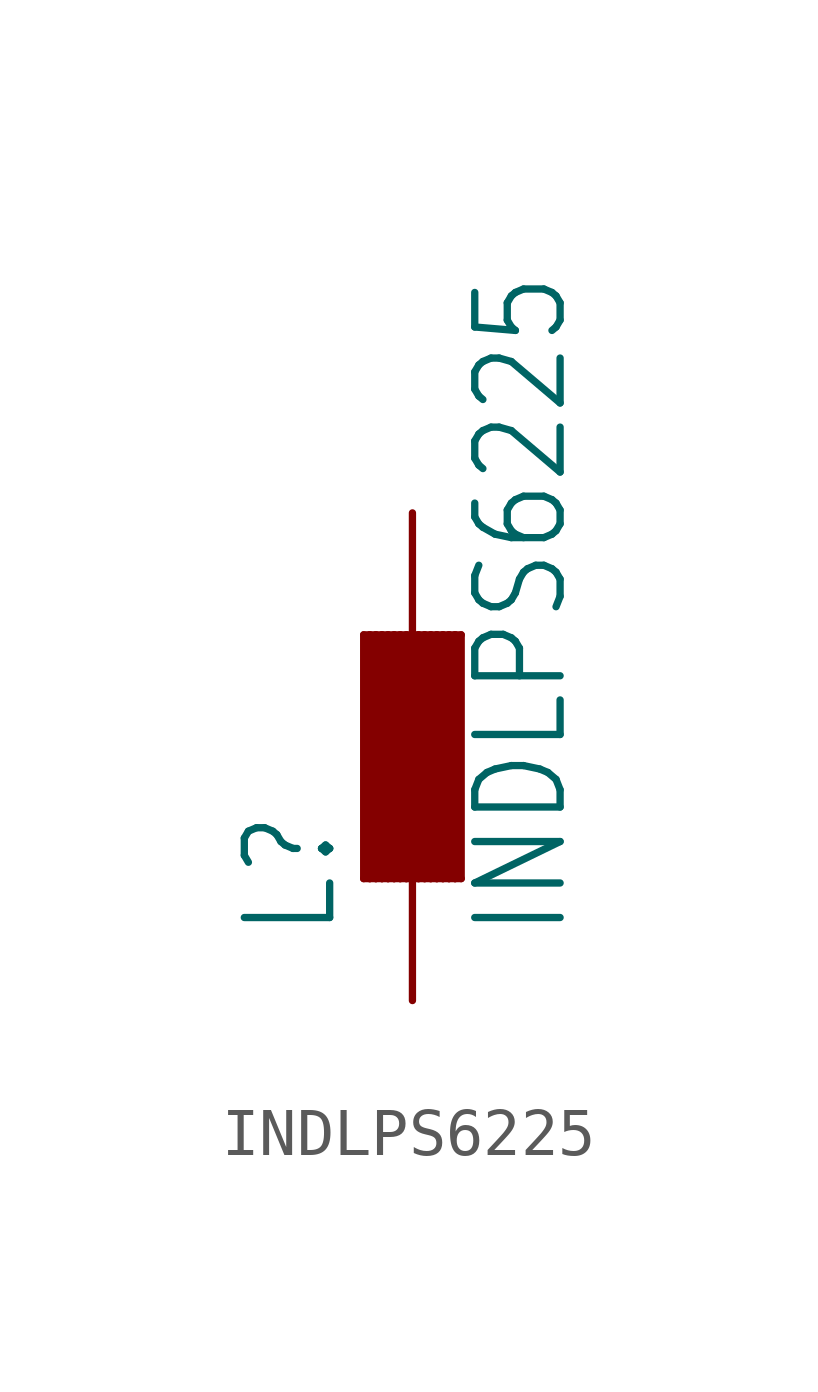
<source format=kicad_sym>
(kicad_symbol_lib
  (version 20211014)
  (generator kicad_symbol_editor)
  (symbol "INDLPS6225"
    (property "Reference" "L"
      (at -1.499 -3.81 90)
      (effects (font (size 1.778 1.511)) (justify left bottom)))
    (property "Value" "INDLPS6225"
      (at 3.302 -3.81 90)
      (effects (font (size 1.778 1.511)) (justify left bottom)))
    (property "ki_locked" ""
      (at 0 0 0)
      (effects (font (size 1.27 1.27))))
    (symbol "INDLPS6225_1_0"
      (polyline (pts (xy -1.016 2.54) (xy -1.016 -2.54)) (stroke (width 0.152) (type default) (color 0 0 0 0)) (fill (type none)))
      (polyline (pts (xy -1.016 2.54) (xy -0.889 2.54)) (stroke (width 0.152) (type default) (color 0 0 0 0)) (fill (type none)))
      (polyline (pts (xy -0.889 -2.54) (xy -1.016 -2.54)) (stroke (width 0.152) (type default) (color 0 0 0 0)) (fill (type none)))
      (polyline (pts (xy -0.889 2.54) (xy -0.889 -2.54)) (stroke (width 0.152) (type default) (color 0 0 0 0)) (fill (type none)))
      (polyline (pts (xy -0.889 2.54) (xy -0.762 2.54)) (stroke (width 0.152) (type default) (color 0 0 0 0)) (fill (type none)))
      (polyline (pts (xy -0.762 -2.54) (xy -0.889 -2.54)) (stroke (width 0.152) (type default) (color 0 0 0 0)) (fill (type none)))
      (polyline (pts (xy -0.762 2.54) (xy -0.762 -2.54)) (stroke (width 0.152) (type default) (color 0 0 0 0)) (fill (type none)))
      (polyline (pts (xy -0.762 2.54) (xy -0.635 2.54)) (stroke (width 0.152) (type default) (color 0 0 0 0)) (fill (type none)))
      (polyline (pts (xy -0.635 -2.54) (xy -0.762 -2.54)) (stroke (width 0.152) (type default) (color 0 0 0 0)) (fill (type none)))
      (polyline (pts (xy -0.635 2.54) (xy -0.635 -2.54)) (stroke (width 0.152) (type default) (color 0 0 0 0)) (fill (type none)))
      (polyline (pts (xy -0.635 2.54) (xy -0.508 2.54)) (stroke (width 0.152) (type default) (color 0 0 0 0)) (fill (type none)))
      (polyline (pts (xy -0.508 -2.54) (xy -0.635 -2.54)) (stroke (width 0.152) (type default) (color 0 0 0 0)) (fill (type none)))
      (polyline (pts (xy -0.508 2.54) (xy -0.508 -2.54)) (stroke (width 0.152) (type default) (color 0 0 0 0)) (fill (type none)))
      (polyline (pts (xy -0.508 2.54) (xy -0.381 2.54)) (stroke (width 0.152) (type default) (color 0 0 0 0)) (fill (type none)))
      (polyline (pts (xy -0.381 -2.54) (xy -0.508 -2.54)) (stroke (width 0.152) (type default) (color 0 0 0 0)) (fill (type none)))
      (polyline (pts (xy -0.381 2.54) (xy -0.381 -2.54)) (stroke (width 0.152) (type default) (color 0 0 0 0)) (fill (type none)))
      (polyline (pts (xy -0.381 2.54) (xy -0.254 2.54)) (stroke (width 0.152) (type default) (color 0 0 0 0)) (fill (type none)))
      (polyline (pts (xy -0.254 -2.54) (xy -0.381 -2.54)) (stroke (width 0.152) (type default) (color 0 0 0 0)) (fill (type none)))
      (polyline (pts (xy -0.254 2.54) (xy -0.254 -2.54)) (stroke (width 0.152) (type default) (color 0 0 0 0)) (fill (type none)))
      (polyline (pts (xy -0.254 2.54) (xy -0.127 2.54)) (stroke (width 0.152) (type default) (color 0 0 0 0)) (fill (type none)))
      (polyline (pts (xy -0.127 -2.54) (xy -0.254 -2.54)) (stroke (width 0.152) (type default) (color 0 0 0 0)) (fill (type none)))
      (polyline (pts (xy -0.127 2.54) (xy -0.127 -2.54)) (stroke (width 0.152) (type default) (color 0 0 0 0)) (fill (type none)))
      (polyline (pts (xy -0.127 2.54) (xy 0 2.54)) (stroke (width 0.152) (type default) (color 0 0 0 0)) (fill (type none)))
      (polyline (pts (xy 0 -2.54) (xy -0.127 -2.54)) (stroke (width 0.152) (type default) (color 0 0 0 0)) (fill (type none)))
      (polyline (pts (xy 0 2.54) (xy 0 -2.54)) (stroke (width 0.152) (type default) (color 0 0 0 0)) (fill (type none)))
      (polyline (pts (xy 0 2.54) (xy 0.127 2.54)) (stroke (width 0.152) (type default) (color 0 0 0 0)) (fill (type none)))
      (polyline (pts (xy 0.127 -2.54) (xy 0 -2.54)) (stroke (width 0.152) (type default) (color 0 0 0 0)) (fill (type none)))
      (polyline (pts (xy 0.127 2.54) (xy 0.127 -2.54)) (stroke (width 0.152) (type default) (color 0 0 0 0)) (fill (type none)))
      (polyline (pts (xy 0.127 2.54) (xy 0.254 2.54)) (stroke (width 0.152) (type default) (color 0 0 0 0)) (fill (type none)))
      (polyline (pts (xy 0.254 -2.54) (xy 0.127 -2.54)) (stroke (width 0.152) (type default) (color 0 0 0 0)) (fill (type none)))
      (polyline (pts (xy 0.254 2.54) (xy 0.254 -2.54)) (stroke (width 0.152) (type default) (color 0 0 0 0)) (fill (type none)))
      (polyline (pts (xy 0.254 2.54) (xy 0.381 2.54)) (stroke (width 0.152) (type default) (color 0 0 0 0)) (fill (type none)))
      (polyline (pts (xy 0.381 -2.54) (xy 0.254 -2.54)) (stroke (width 0.152) (type default) (color 0 0 0 0)) (fill (type none)))
      (polyline (pts (xy 0.381 2.54) (xy 0.381 -2.54)) (stroke (width 0.152) (type default) (color 0 0 0 0)) (fill (type none)))
      (polyline (pts (xy 0.381 2.54) (xy 0.508 2.54)) (stroke (width 0.152) (type default) (color 0 0 0 0)) (fill (type none)))
      (polyline (pts (xy 0.508 -2.54) (xy 0.381 -2.54)) (stroke (width 0.152) (type default) (color 0 0 0 0)) (fill (type none)))
      (polyline (pts (xy 0.508 2.54) (xy 0.508 -2.54)) (stroke (width 0.152) (type default) (color 0 0 0 0)) (fill (type none)))
      (polyline (pts (xy 0.508 2.54) (xy 0.635 2.54)) (stroke (width 0.152) (type default) (color 0 0 0 0)) (fill (type none)))
      (polyline (pts (xy 0.635 -2.54) (xy 0.508 -2.54)) (stroke (width 0.152) (type default) (color 0 0 0 0)) (fill (type none)))
      (polyline (pts (xy 0.635 2.54) (xy 0.635 -2.54)) (stroke (width 0.152) (type default) (color 0 0 0 0)) (fill (type none)))
      (polyline (pts (xy 0.635 2.54) (xy 0.762 2.54)) (stroke (width 0.152) (type default) (color 0 0 0 0)) (fill (type none)))
      (polyline (pts (xy 0.762 -2.54) (xy 0.635 -2.54)) (stroke (width 0.152) (type default) (color 0 0 0 0)) (fill (type none)))
      (polyline (pts (xy 0.762 2.54) (xy 0.762 -2.54)) (stroke (width 0.152) (type default) (color 0 0 0 0)) (fill (type none)))
      (polyline (pts (xy 0.762 2.54) (xy 0.889 2.54)) (stroke (width 0.152) (type default) (color 0 0 0 0)) (fill (type none)))
      (polyline (pts (xy 0.889 -2.54) (xy 0.762 -2.54)) (stroke (width 0.152) (type default) (color 0 0 0 0)) (fill (type none)))
      (polyline (pts (xy 0.889 2.54) (xy 0.889 -2.54)) (stroke (width 0.152) (type default) (color 0 0 0 0)) (fill (type none)))
      (polyline (pts (xy 0.889 2.54) (xy 1.016 2.54)) (stroke (width 0.152) (type default) (color 0 0 0 0)) (fill (type none)))
      (polyline (pts (xy 1.016 -2.54) (xy 0.889 -2.54)) (stroke (width 0.152) (type default) (color 0 0 0 0)) (fill (type none)))
      (polyline (pts (xy 1.016 2.54) (xy 1.016 -2.54)) (stroke (width 0.152) (type default) (color 0 0 0 0)) (fill (type none)))
      (pin passive line (at 0 5.08 270) (length 2.54) (name "1" (effects (font (size 0 0)))) (number "1" (effects (font (size 0 0)))))
      (pin passive line (at 0 -5.08 90) (length 2.54) (name "2" (effects (font (size 0 0)))) (number "2" (effects (font (size 0 0))))))))
</source>
